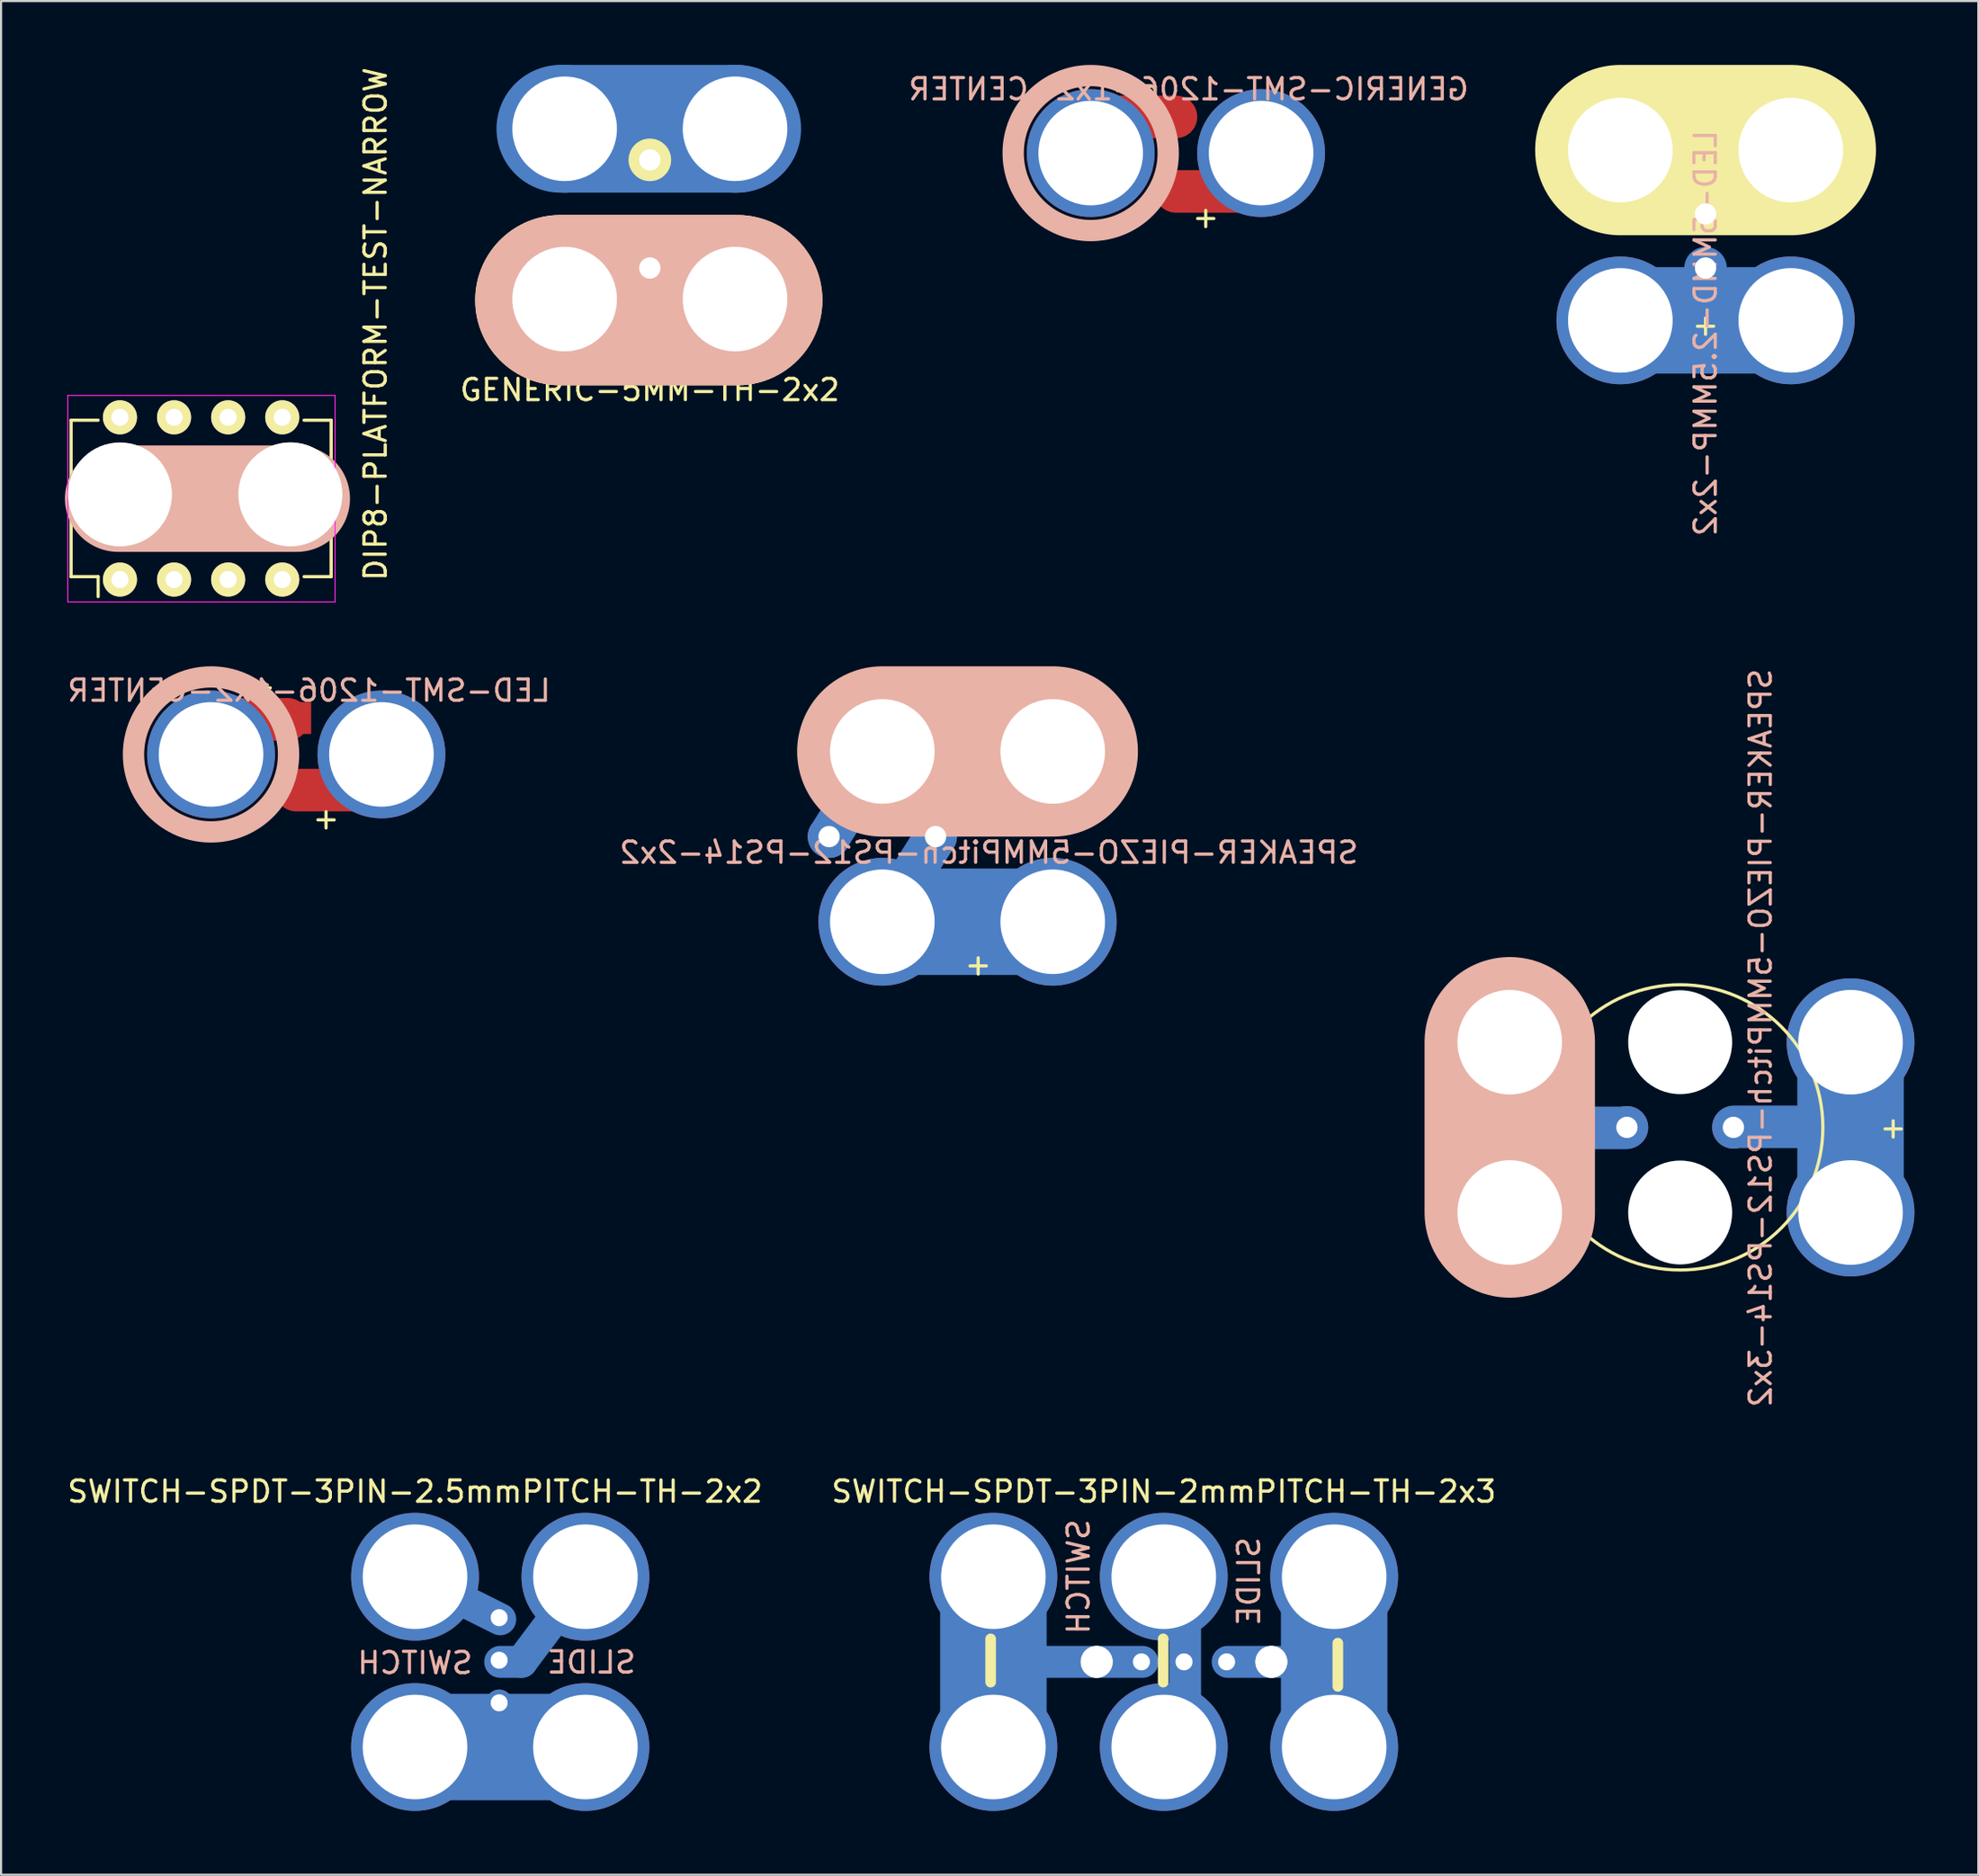
<source format=kicad_pcb>
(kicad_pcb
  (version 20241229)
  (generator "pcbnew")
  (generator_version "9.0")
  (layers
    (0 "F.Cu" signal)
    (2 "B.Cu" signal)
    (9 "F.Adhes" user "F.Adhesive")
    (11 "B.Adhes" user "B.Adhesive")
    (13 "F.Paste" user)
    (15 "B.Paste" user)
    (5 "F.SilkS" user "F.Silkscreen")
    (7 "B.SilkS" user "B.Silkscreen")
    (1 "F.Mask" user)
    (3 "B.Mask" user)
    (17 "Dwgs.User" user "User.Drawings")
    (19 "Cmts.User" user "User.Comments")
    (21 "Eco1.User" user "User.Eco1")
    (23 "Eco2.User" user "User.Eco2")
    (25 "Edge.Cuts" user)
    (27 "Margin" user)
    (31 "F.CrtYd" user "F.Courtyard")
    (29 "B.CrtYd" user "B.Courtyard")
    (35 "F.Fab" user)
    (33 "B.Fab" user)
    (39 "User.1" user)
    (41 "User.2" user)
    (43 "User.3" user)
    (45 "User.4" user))
  (footprint "SPEAKER-PIEZO-5MMPitch-PS12-PS14-2x2"
    (layer "F.Cu")
    (at 46.375 40.248)
    (property "Reference" "SPEAKER-PIEZO-5MMPitch-PS12-PS14-2x2" (at -3 -3.25 0) (layer "B.SilkS") (effects (font (size 1 1) (thickness 0.15)) (justify mirror)))
    (attr through_hole)
    (fp_line (start -10.5 -4) (end -8 -8) (stroke (width 2) (type solid)) (layer "B.Cu"))
    (fp_line (start -8 -8) (end 0 -8) (stroke (width 5) (type solid)) (layer "B.Cu"))
    (fp_line (start -8 0) (end -5.5 -4) (stroke (width 2) (type solid)) (layer "B.Cu"))
    (fp_line (start -8 0) (end 0 0) (stroke (width 5) (type solid)) (layer "B.Cu"))
    (fp_line (start -8 -8) (end 0 -8) (stroke (width 5) (type solid)) (layer "B.Mask"))
    (fp_line (start -8 0) (end 0 0) (stroke (width 5) (type solid)) (layer "B.Mask"))
    (fp_line (start -8 -8) (end 0 -8) (stroke (width 8) (type solid)) (layer "B.SilkS"))
    (fp_text user "+" (at -3.5 2 0) (layer "F.SilkS") (effects (font (size 1 1) (thickness 0.15))))
    (pad "1" thru_hole circle (at -10.5 -4) (size 2 2) (drill 1.001) (layers "*.Cu" "*.Mask"))
    (pad "1" thru_hole circle (at -8 -8) (size 6 6) (drill 4.91) (layers "*.Cu" "*.Mask"))
    (pad "1" thru_hole circle (at 0 -8) (size 6 6) (drill 4.91) (layers "*.Cu" "*.Mask"))
    (pad "2" thru_hole circle (at -8 0) (size 6 6) (drill 4.91) (layers "*.Cu" "*.Mask"))
    (pad "2" thru_hole circle (at -5.5 -4) (size 2 2) (drill 1.001) (layers "*.Cu" "*.Mask"))
    (pad "2" thru_hole circle (at 0 0) (size 6 6) (drill 4.91) (layers "*.Cu" "*.Mask")))
  (footprint "SWITCH-SPDT-3PIN-2mmPITCH-TH-2x3"
    (layer "F.Cu")
    (at 51.589 79.013)
    (property "Reference" "SWITCH-SPDT-3PIN-2mmPITCH-TH-2x3" (at 0 -12 0) (layer "F.SilkS") (effects (font (size 1 1) (thickness 0.15))))
    (attr through_hole)
    (fp_line (start -8 -8) (end -8 0) (stroke (width 5) (type solid)) (layer "B.Cu"))
    (fp_line (start -1 -4) (end -8 -4) (stroke (width 1.5) (type solid)) (layer "B.Cu"))
    (fp_line (start 1 -8) (end 1 0) (stroke (width 1.5) (type solid)) (layer "B.Cu"))
    (fp_line (start 3 -4) (end 8 -4) (stroke (width 1.5) (type solid)) (layer "B.Cu"))
    (fp_line (start 8 -8) (end 8 0) (stroke (width 5) (type solid)) (layer "B.Cu"))
    (fp_line (start -8 -8) (end -8 0) (stroke (width 5) (type solid)) (layer "B.Mask"))
    (fp_line (start 1 -8) (end 1 0) (stroke (width 1.5) (type solid)) (layer "B.Mask"))
    (fp_line (start 8 -8) (end 8 0) (stroke (width 5) (type solid)) (layer "B.Mask"))
    (fp_line (start -8.128 -5.08) (end -8.128 -3.048) (stroke (width 0.5) (type solid)) (layer "F.SilkS"))
    (fp_line (start -0.028 -5.08) (end -0.028 -3.048) (stroke (width 0.5) (type solid)) (layer "F.SilkS"))
    (fp_line (start 8.172 -4.88) (end 8.172 -2.848) (stroke (width 0.5) (type solid)) (layer "F.SilkS"))
    (fp_text user "SLIDE " (at 4 -7.4 270) (layer "B.SilkS") (effects (font (size 1 1) (thickness 0.15)) (justify mirror)))
    (fp_text user "SWITCH" (at -4 -8 270) (layer "B.SilkS") (effects (font (size 1 1) (thickness 0.15)) (justify mirror)))
    (pad "" np_thru_hole circle (at -3.15 -4 180) (size 1.5 1.5) (drill 1.5) (layers "*.Cu" "*.Mask" "F.SilkS"))
    (pad "" np_thru_hole circle (at 5.05 -4 180) (size 1.5 1.5) (drill 1.5) (layers "*.Cu" "*.Mask" "F.SilkS"))
    (pad "1" thru_hole circle (at -8 -8) (size 6 6) (drill 4.91) (layers "*.Cu" "*.Mask"))
    (pad "1" thru_hole circle (at -8 0) (size 6 6) (drill 4.91) (layers "*.Cu" "*.Mask"))
    (pad "1" thru_hole circle (at -1.05 -4 180) (size 1.25 1.25) (drill 0.8) (layers "*.Cu" "*.Mask"))
    (pad "2" thru_hole circle (at 0 -8) (size 6 6) (drill 4.91) (layers "*.Cu" "*.Mask"))
    (pad "2" thru_hole circle (at 0 0) (size 6 6) (drill 4.91) (layers "*.Cu" "*.Mask"))
    (pad "2" thru_hole circle (at 0.95 -4 180) (size 1.25 1.25) (drill 0.8) (layers "*.Cu" "*.Mask"))
    (pad "3" thru_hole circle (at 2.95 -4 180) (size 1.25 1.25) (drill 0.8) (layers "*.Cu" "*.Mask"))
    (pad "3" thru_hole circle (at 8 -8) (size 6 6) (drill 4.91) (layers "*.Cu" "*.Mask"))
    (pad "3" thru_hole circle (at 8 0) (size 6 6) (drill 4.91) (layers "*.Cu" "*.Mask")))
  (footprint "GENERIC-5MM-TH-2x2"
    (layer "F.Cu")
    (at 27.46 7)
    (property "Reference" "GENERIC-5MM-TH-2x2" (at 0 8.267 0) (layer "F.SilkS") (effects (font (size 1 1) (thickness 0.15))))
    (attr through_hole)
    (fp_line (start -4.2 -4) (end 4.1 -4) (stroke (width 6) (type solid)) (layer "B.Cu"))
    (fp_line (start -4.2 4) (end 4.1 4) (stroke (width 6) (type solid)) (layer "B.Cu"))
    (fp_line (start -4.2 -4) (end 4.1 -4) (stroke (width 6) (type solid)) (layer "B.Mask"))
    (fp_line (start -4.2 4) (end 4.1 4) (stroke (width 6) (type solid)) (layer "B.Mask"))
    (fp_line (start -4.2 4.05) (end 4.1 4.05) (stroke (width 8) (type solid)) (layer "F.SilkS"))
    (fp_line (start -4.2 4.05) (end 4.1 4.05) (stroke (width 8) (type solid)) (layer "B.SilkS"))
    (pad "1" thru_hole circle (at -4 -4) (size 6 6) (drill 4.91) (layers "*.Cu" "*.Mask"))
    (pad "1" thru_hole circle (at 0 -2.54) (size 2 2) (drill 1.001) (layers "*.Cu" "*.Mask" "F.SilkS"))
    (pad "1" thru_hole circle (at 4 -4) (size 6 6) (drill 4.91) (layers "*.Cu" "*.Mask"))
    (pad "2" thru_hole circle (at -4 4) (size 6 6) (drill 4.91) (layers "*.Cu" "*.Mask"))
    (pad "2" thru_hole circle (at 0 2.54 270) (size 1.9 1.9) (drill 1.001) (layers "*.Cu" "*.Mask" "F.SilkS"))
    (pad "2" thru_hole circle (at 4 4) (size 6 6) (drill 4.91) (layers "*.Cu" "*.Mask")))
  (footprint "SPEAKER-PIEZO-5MMPitch-PS12-PS14-3x2"
    (layer "F.Cu")
    (at 75.833 53.906)
    (property "Reference" "SPEAKER-PIEZO-5MMPitch-PS12-PS14-3x2" (at 3.775 -8.2 90) (layer "B.SilkS") (effects (font (size 1 1) (thickness 0.15)) (justify mirror)))
    (attr through_hole)
    (fp_line (start -8 -8) (end -8 0) (stroke (width 5) (type solid)) (layer "B.Cu"))
    (fp_line (start -2.55 -3.975) (end -7.3 -3.975) (stroke (width 2) (type solid)) (layer "B.Cu"))
    (fp_line (start 7.275 -4.025) (end 2.525 -4.025) (stroke (width 2) (type solid)) (layer "B.Cu"))
    (fp_line (start 8 -8) (end 8 0) (stroke (width 5) (type solid)) (layer "B.Cu"))
    (fp_line (start -8 -8) (end -8 0) (stroke (width 5) (type solid)) (layer "B.Mask"))
    (fp_line (start 8 -8) (end 8 0) (stroke (width 5) (type solid)) (layer "B.Mask"))
    (fp_circle (center 0 -4) (end 6.7 -4) (stroke (width 0.15) (type solid)) (fill no) (layer "F.SilkS"))
    (fp_line (start -8 -8) (end -8 0) (stroke (width 8) (type solid)) (layer "B.SilkS"))
    (fp_text user "+" (at 10 -4 0) (layer "F.SilkS") (effects (font (size 1 1) (thickness 0.15))))
    (fp_text user "-" (at -10 -4 0) (layer "F.SilkS") (effects (font (size 1 1) (thickness 0.15))))
    (pad "" np_thru_hole circle (at 0 -8) (size 4.88 4.88) (drill 4.91) (layers "*.Cu" "*.Mask"))
    (pad "" np_thru_hole circle (at 0 0) (size 4.88 4.88) (drill 4.91) (layers "*.Cu" "*.Mask"))
    (pad "1" thru_hole circle (at -8 -8) (size 6 6) (drill 4.91) (layers "*.Cu" "*.Mask"))
    (pad "1" thru_hole circle (at -8 0) (size 6 6) (drill 4.91) (layers "*.Cu" "*.Mask"))
    (pad "1" thru_hole circle (at -2.5 -4) (size 2 2) (drill 1.001) (layers "*.Cu" "*.Mask"))
    (pad "2" thru_hole circle (at 2.5 -4) (size 2 2) (drill 1.001) (layers "*.Cu" "*.Mask"))
    (pad "2" thru_hole circle (at 8 -8) (size 6 6) (drill 4.91) (layers "*.Cu" "*.Mask"))
    (pad "2" thru_hole circle (at 8 0) (size 6 6) (drill 4.91) (layers "*.Cu" "*.Mask")))
  (footprint "SWITCH-SPDT-3PIN-2.5mmPITCH-TH-2x2"
    (layer "F.Cu")
    (at 20.435 79.013)
    (property "Reference" "SWITCH-SPDT-3PIN-2.5mmPITCH-TH-2x2" (at -4 -12 0) (layer "F.SilkS") (effects (font (size 1 1) (thickness 0.15))))
    (attr through_hole)
    (fp_line (start -4 0) (end 4 0) (stroke (width 5) (type solid)) (layer "B.Cu"))
    (fp_line (start 0 -6) (end -4 -8) (stroke (width 1.5) (type solid)) (layer "B.Cu"))
    (fp_line (start 0 -4) (end 1 -4) (stroke (width 1.5) (type solid)) (layer "B.Cu"))
    (fp_line (start 1 -4) (end 4 -8) (stroke (width 1.5) (type solid)) (layer "B.Cu"))
    (fp_line (start -4 0) (end 4 0) (stroke (width 5) (type solid)) (layer "B.Mask"))
    (fp_line (start 0 -6) (end -4 -8) (stroke (width 1.5) (type solid)) (layer "B.Mask"))
    (fp_line (start 0 -4) (end 1 -4) (stroke (width 1.5) (type solid)) (layer "B.Mask"))
    (fp_line (start 1 -4) (end 4 -8) (stroke (width 1.5) (type solid)) (layer "B.Mask"))
    (fp_text user "SWITCH" (at -4 -3.95 0) (layer "B.SilkS") (effects (font (size 1 1) (thickness 0.15)) (justify mirror)))
    (fp_text user "SLIDE " (at 3.9 -3.975 0) (layer "B.SilkS") (effects (font (size 1 1) (thickness 0.15)) (justify mirror)))
    (pad "1" thru_hole circle (at -4 0) (size 6 6) (drill 4.91) (layers "*.Cu" "*.Mask"))
    (pad "1" thru_hole circle (at -0.05 -2.075 270) (size 1.25 1.25) (drill 0.8) (layers "*.Cu" "*.Mask"))
    (pad "1" thru_hole circle (at 4 0) (size 6 6) (drill 4.91) (layers "*.Cu" "*.Mask"))
    (pad "2" thru_hole circle (at -0.05 -4.075 270) (size 1.25 1.25) (drill 0.8) (layers "*.Cu" "*.Mask"))
    (pad "2" thru_hole circle (at 4 -8) (size 6 6) (drill 4.91) (layers "*.Cu" "*.Mask"))
    (pad "3" thru_hole circle (at -4 -8) (size 6 6) (drill 4.91) (layers "*.Cu" "*.Mask"))
    (pad "3" thru_hole circle (at -0.05 -6.075 270) (size 1.25 1.25) (drill 0.8) (layers "*.Cu" "*.Mask")))
  (footprint "GENERIC-SMT-1206-1x2-CENTER"
    (layer "F.Cu")
    (at 52.158 4.14)
    (property "Reference" "GENERIC-SMT-1206-1x2-CENTER" (at 0.6 -3 0) (layer "B.SilkS") (effects (font (size 1 1) (thickness 0.15)) (justify mirror)))
    (attr through_hole)
    (fp_line (start 0 -1.7) (end -4.2 -1.7) (stroke (width 2) (type solid)) (layer "F.Cu"))
    (fp_line (start 4.2 1.8) (end 0 1.8) (stroke (width 2) (type solid)) (layer "F.Cu"))
    (fp_circle (center -4 0) (end -3 3.5) (stroke (width 1) (type solid)) (fill no) (layer "B.SilkS"))
    (fp_text user "+" (at 1.4 3 0) (layer "F.SilkS") (effects (font (size 1 1) (thickness 0.15))))
    (fp_text user "-" (at -1.6 -3.2 0) (layer "F.SilkS") (effects (font (size 1 1) (thickness 0.15))))
    (fp_text user "" (at 0 0 90) (layer "B.SilkS") (effects (font (size 1 1) (thickness 0.15)) (justify mirror)))
    (pad "+" smd rect (at 0 1.71) (size 1.4 1.4) (layers "F.Cu" "F.Mask" "F.Paste"))
    (pad "+" thru_hole circle (at 4 0) (size 6 6) (drill 4.91) (layers "*.Cu" "*.Mask"))
    (pad "-" thru_hole circle (at -4 0) (size 6 6) (drill 4.91) (layers "*.Cu" "*.Mask"))
    (pad "-" smd rect (at 0 -1.71) (size 1.4 1.5) (layers "F.Cu" "F.Mask" "F.Paste")))
  (footprint "LED-SMT-1206-1x2-CENTER"
    (layer "F.Cu")
    (at 10.858 32.388)
    (property "Reference" "LED-SMT-1206-1x2-CENTER" (at 0.6 -3 180) (layer "B.SilkS") (effects (font (size 1 1) (thickness 0.15)) (justify mirror)))
    (attr through_hole)
    (fp_line (start -4.25 -1.65) (end -0.4 -1.65) (stroke (width 2) (type solid)) (layer "F.Cu"))
    (fp_line (start 0 1.675) (end 3.85 1.675) (stroke (width 2) (type solid)) (layer "F.Cu"))
    (fp_circle (center -4 0) (end -3 3.5) (stroke (width 1) (type solid)) (fill no) (layer "B.SilkS"))
    (fp_text user "-" (at -1.6 -3.2 0) (layer "F.SilkS") (effects (font (size 1 1) (thickness 0.15))))
    (fp_text user "+" (at 1.4 3 0) (layer "F.SilkS") (effects (font (size 1 1) (thickness 0.15))))
    (fp_text user "" (at 0 0 90) (layer "B.SilkS") (effects (font (size 1 1) (thickness 0.15)) (justify mirror)))
    (pad "+" smd rect (at 0 1.71) (size 1.4 1.4) (layers "F.Cu" "F.Mask" "F.Paste"))
    (pad "+" thru_hole circle (at 4 0) (size 6 6) (drill 4.91) (layers "*.Cu" "*.Mask"))
    (pad "-" thru_hole circle (at -4 0) (size 6 6) (drill 4.91) (layers "*.Cu" "*.Mask"))
    (pad "-" smd rect (at 0 -1.71) (size 1.4 1.5) (layers "F.Cu" "F.Mask" "F.Paste")))
  (footprint "LED-5MMD-2.5MMP-2x2"
    (layer "F.Cu")
    (at 77.025 8)
    (property "Reference" "LED-5MMD-2.5MMP-2x2" (at 0 4.6 90) (layer "B.SilkS") (effects (font (size 1 1) (thickness 0.15)) (justify mirror)))
    (attr through_hole)
    (fp_line (start 0 -1.2) (end 0 -2.3) (stroke (width 2) (type solid)) (layer "B.Cu"))
    (fp_line (start 0 2.65) (end 0 1.55) (stroke (width 2) (type solid)) (layer "B.Cu"))
    (fp_line (start 4 -4) (end -4 -4) (stroke (width 5) (type solid)) (layer "B.Cu"))
    (fp_line (start 4 4) (end -4 4) (stroke (width 5) (type solid)) (layer "B.Cu"))
    (fp_line (start 4 -4) (end -4 -4) (stroke (width 5) (type solid)) (layer "B.Mask"))
    (fp_line (start 4 4) (end -4 4) (stroke (width 5) (type solid)) (layer "B.Mask"))
    (fp_line (start -4 -4) (end 4 -4) (stroke (width 8) (type solid)) (layer "F.SilkS"))
    (fp_line (start -1.5 -2.23) (end 1.5 -2.23) (stroke (width 0.15) (type solid)) (layer "F.SilkS"))
    (fp_text user "+" (at 0 4.2 0) (layer "F.SilkS") (effects (font (size 1 1) (thickness 0.15))))
    (pad "+" thru_hole circle (at -4 4) (size 6 6) (drill 4.91) (layers "*.Cu" "*.Mask"))
    (pad "+" thru_hole circle (at 0 1.54 270) (size 1.9 1.9) (drill 1.001) (layers "*.Cu" "*.Mask"))
    (pad "+" thru_hole circle (at 4 4) (size 6 6) (drill 4.91) (layers "*.Cu" "*.Mask"))
    (pad "-" thru_hole circle (at -4 -4) (size 6 6) (drill 4.91) (layers "*.Cu" "*.Mask"))
    (pad "-" thru_hole rect (at 0 -1) (size 2 1.9) (drill 1.001) (layers "*.Cu" "*.Mask"))
    (pad "-" thru_hole circle (at 4 -4) (size 6 6) (drill 4.91) (layers "*.Cu" "*.Mask")))
  (footprint "DIP8-PLATFORM-TEST-NARROW"
    (layer "F.Cu")
    (at 6.582 20.173)
    (property "Reference" "DIP8-PLATFORM-TEST-NARROW" (at 8 -8 90) (layer "F.SilkS") (effects (font (size 1 1) (thickness 0.15))))
    (attr through_hole)
    (fp_line (start -6.295 -3.485) (end -5.025 -3.485) (stroke (width 0.15) (type solid)) (layer "F.SilkS"))
    (fp_line (start -6.295 3.865) (end -6.295 -3.485) (stroke (width 0.15) (type solid)) (layer "F.SilkS"))
    (fp_line (start -6.295 3.865) (end -5.025 3.865) (stroke (width 0.15) (type solid)) (layer "F.SilkS"))
    (fp_line (start -5.025 3.865) (end -5.025 4.8) (stroke (width 0.15) (type solid)) (layer "F.SilkS"))
    (fp_line (start 5.915 -3.485) (end 4.645 -3.485) (stroke (width 0.15) (type solid)) (layer "F.SilkS"))
    (fp_line (start 5.915 3.865) (end 4.645 3.865) (stroke (width 0.15) (type solid)) (layer "F.SilkS"))
    (fp_line (start 5.915 3.865) (end 5.915 -3.485) (stroke (width 0.15) (type solid)) (layer "F.SilkS"))
    (fp_line (start -4.082 0.2) (end 4.3 0.2) (stroke (width 5) (type solid)) (layer "B.SilkS"))
    (fp_line (start -6.45 -4.65) (end 6.1 -4.65) (stroke (width 0.05) (type solid)) (layer "F.CrtYd"))
    (fp_line (start -6.45 5.05) (end -6.45 -4.65) (stroke (width 0.05) (type solid)) (layer "F.CrtYd"))
    (fp_line (start -6.45 5.05) (end 6.1 5.05) (stroke (width 0.05) (type solid)) (layer "F.CrtYd"))
    (fp_line (start 6.1 5.05) (end 6.1 -4.65) (stroke (width 0.05) (type solid)) (layer "F.CrtYd"))
    (pad "" np_thru_hole circle (at -4 0) (size 4.88 4.88) (drill 4.91) (layers "*.Cu" "*.Mask"))
    (pad "" np_thru_hole circle (at 4 0) (size 4.88 4.88) (drill 4.91) (layers "*.Cu" "*.Mask" "F.SilkS"))
    (pad "1" thru_hole oval (at -4 4 90) (size 1.6 1.6) (drill 0.8) (layers "*.Cu" "*.Mask" "F.SilkS"))
    (pad "2" thru_hole oval (at -1.46 4 90) (size 1.6 1.6) (drill 0.8) (layers "*.Cu" "*.Mask" "F.SilkS"))
    (pad "3" thru_hole oval (at 1.08 4 90) (size 1.6 1.6) (drill 0.8) (layers "*.Cu" "*.Mask" "F.SilkS"))
    (pad "4" thru_hole oval (at 3.62 4 90) (size 1.6 1.6) (drill 0.8) (layers "*.Cu" "*.Mask" "F.SilkS"))
    (pad "5" thru_hole oval (at 3.62 -3.62 90) (size 1.6 1.6) (drill 0.8) (layers "*.Cu" "*.Mask" "F.SilkS"))
    (pad "6" thru_hole oval (at 1.08 -3.62 90) (size 1.6 1.6) (drill 0.8) (layers "*.Cu" "*.Mask" "F.SilkS"))
    (pad "7" thru_hole oval (at -1.46 -3.62 90) (size 1.6 1.6) (drill 0.8) (layers "*.Cu" "*.Mask" "F.SilkS"))
    (pad "8" thru_hole oval (at -4 -3.62 90) (size 1.6 1.6) (drill 0.8) (layers "*.Cu" "*.Mask" "F.SilkS")))
  (gr_rect
    (start -3 -3)
    (end 89.833 85.013)
    (stroke (width 0.1) (type default))
    (fill no)
    (layer "Edge.Cuts")))
</source>
